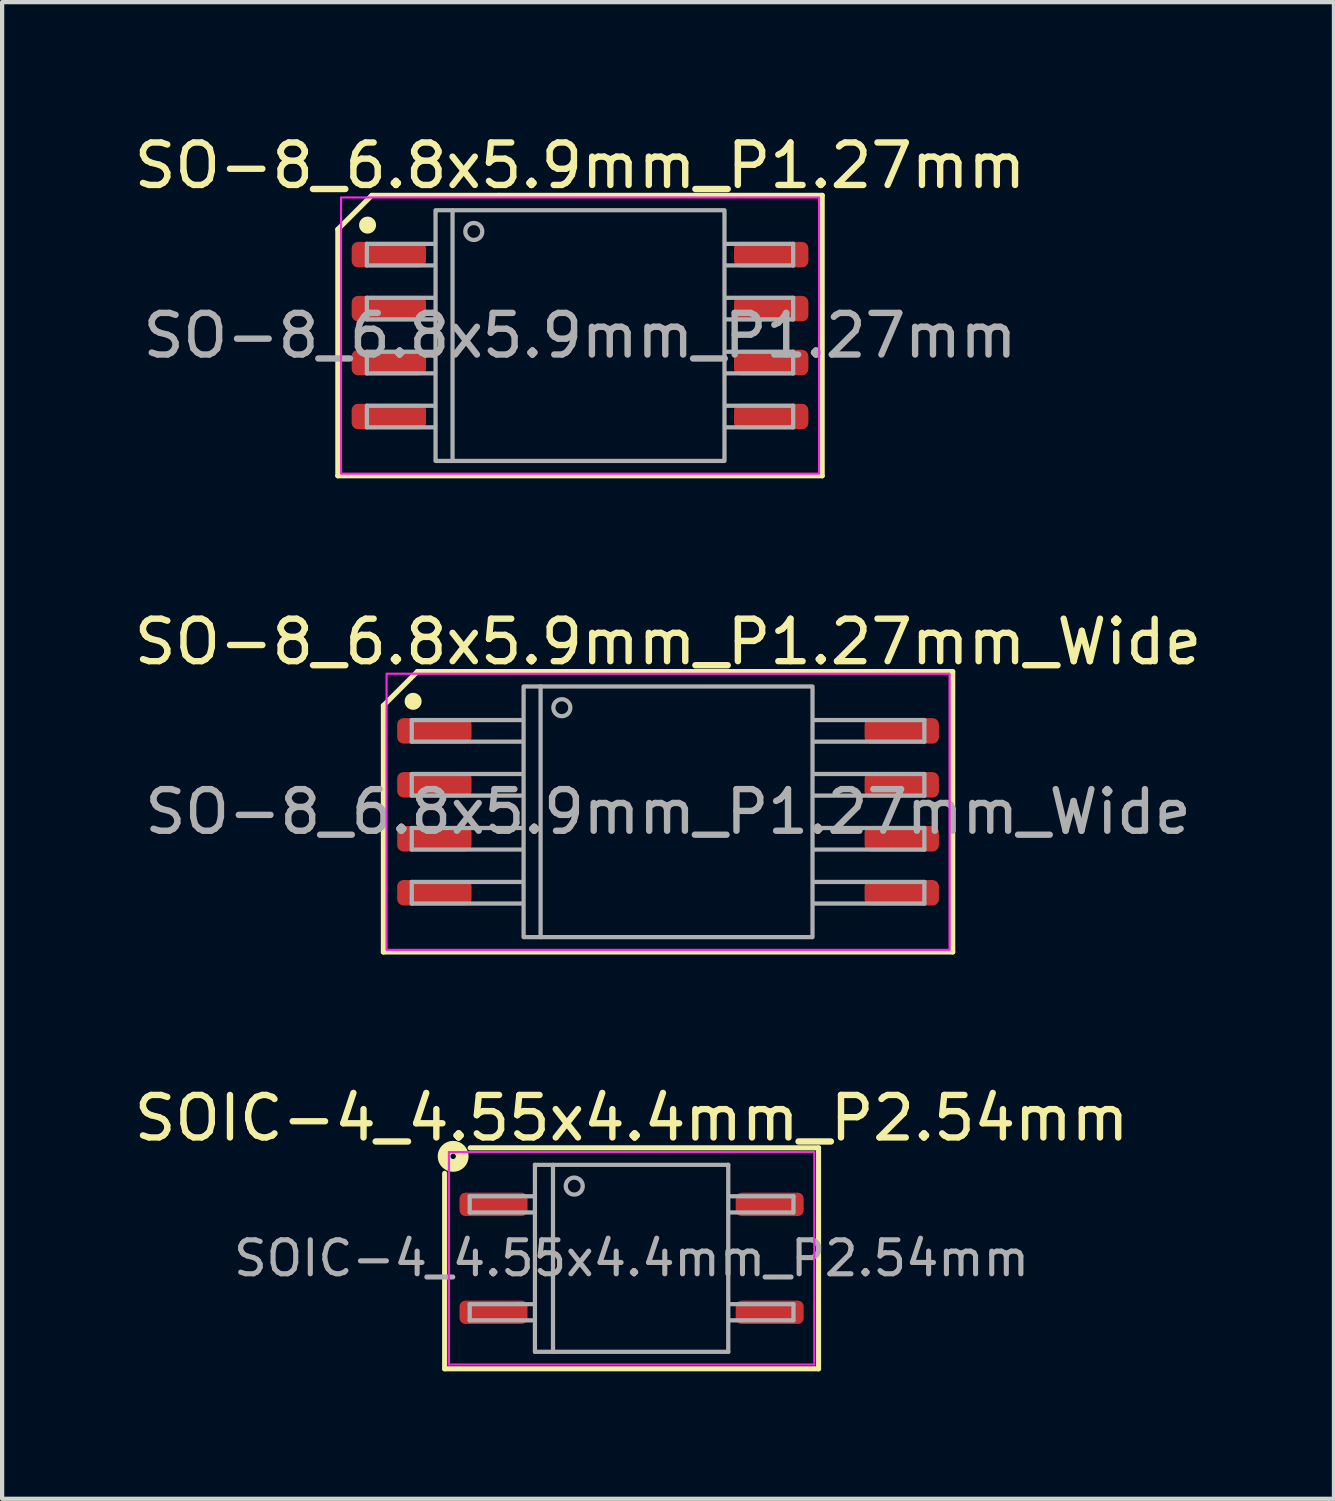
<source format=kicad_pcb>
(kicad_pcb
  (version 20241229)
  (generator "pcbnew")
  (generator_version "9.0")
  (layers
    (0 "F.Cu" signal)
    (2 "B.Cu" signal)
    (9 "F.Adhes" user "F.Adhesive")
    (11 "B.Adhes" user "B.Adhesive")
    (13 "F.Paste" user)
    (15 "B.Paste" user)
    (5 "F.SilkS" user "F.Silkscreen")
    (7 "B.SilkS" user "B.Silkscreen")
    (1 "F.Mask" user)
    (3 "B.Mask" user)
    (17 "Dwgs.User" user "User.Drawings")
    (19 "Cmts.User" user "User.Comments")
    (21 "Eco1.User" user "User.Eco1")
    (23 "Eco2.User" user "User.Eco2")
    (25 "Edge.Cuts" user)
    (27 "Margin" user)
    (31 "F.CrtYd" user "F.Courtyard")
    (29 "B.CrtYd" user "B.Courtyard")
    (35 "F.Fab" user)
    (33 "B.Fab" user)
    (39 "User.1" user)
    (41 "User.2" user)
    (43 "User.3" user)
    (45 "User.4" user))
  (footprint "SO-8_6.8x5.9mm_P1.27mm"
    (layer "F.Cu")
    (at 10.601 4.848)
    (property "Reference" "SO-8_6.8x5.9mm_P1.27mm" (at 0 -4 0) (layer "F.SilkS") (effects (font (size 1 1) (thickness 0.15))))
    (attr smd)
    (fp_line (start -5.7 -2.5) (end -4.9 -3.3) (stroke (width 0.12) (type solid)) (layer "F.SilkS"))
    (fp_line (start -5.7 3.3) (end -5.7 -2.5) (stroke (width 0.12) (type solid)) (layer "F.SilkS"))
    (fp_line (start -1.9 -3.3) (end -4.9 -3.3) (stroke (width 0.12) (type solid)) (layer "F.SilkS"))
    (fp_line (start -1.9 -3.3) (end 5.7 -3.3) (stroke (width 0.12) (type solid)) (layer "F.SilkS"))
    (fp_line (start 5.7 -3.3) (end 5.7 3.3) (stroke (width 0.12) (type solid)) (layer "F.SilkS"))
    (fp_line (start 5.7 3.3) (end -5.7 3.3) (stroke (width 0.12) (type solid)) (layer "F.SilkS"))
    (fp_circle (center -5 -2.6) (end -4.9 -2.6) (stroke (width 0.2) (type solid)) (fill yes) (layer "F.SilkS"))
    (fp_rect (start -5.625 -3.25) (end 5.625 3.25) (stroke (width 0.05) (type solid)) (fill no) (layer "F.CrtYd"))
    (fp_line (start -5.016 -2.159) (end -5.016 -1.651) (stroke (width 0.1) (type solid)) (layer "F.Fab"))
    (fp_line (start -5.016 -2.159) (end -3.429 -2.159) (stroke (width 0.1) (type solid)) (layer "F.Fab"))
    (fp_line (start -5.016 -1.651) (end -3.429 -1.651) (stroke (width 0.1) (type solid)) (layer "F.Fab"))
    (fp_line (start -5.016 -0.889) (end -5.016 -0.381) (stroke (width 0.1) (type solid)) (layer "F.Fab"))
    (fp_line (start -5.016 -0.889) (end -3.429 -0.889) (stroke (width 0.1) (type solid)) (layer "F.Fab"))
    (fp_line (start -5.016 -0.381) (end -3.429 -0.381) (stroke (width 0.1) (type solid)) (layer "F.Fab"))
    (fp_line (start -5.016 0.381) (end -5.016 0.889) (stroke (width 0.1) (type solid)) (layer "F.Fab"))
    (fp_line (start -5.016 0.381) (end -3.429 0.381) (stroke (width 0.1) (type solid)) (layer "F.Fab"))
    (fp_line (start -5.016 0.889) (end -3.429 0.889) (stroke (width 0.1) (type solid)) (layer "F.Fab"))
    (fp_line (start -5.016 1.651) (end -5.016 2.159) (stroke (width 0.1) (type solid)) (layer "F.Fab"))
    (fp_line (start -5.016 1.651) (end -3.429 1.651) (stroke (width 0.1) (type solid)) (layer "F.Fab"))
    (fp_line (start -5.016 2.159) (end -3.429 2.159) (stroke (width 0.1) (type solid)) (layer "F.Fab"))
    (fp_line (start -3 -2.95) (end -3 2.95) (stroke (width 0.1) (type solid)) (layer "F.Fab"))
    (fp_line (start 5.016 -2.159) (end 3.429 -2.159) (stroke (width 0.1) (type solid)) (layer "F.Fab"))
    (fp_line (start 5.016 -1.651) (end 3.429 -1.651) (stroke (width 0.1) (type solid)) (layer "F.Fab"))
    (fp_line (start 5.016 -1.651) (end 5.016 -2.159) (stroke (width 0.1) (type solid)) (layer "F.Fab"))
    (fp_line (start 5.016 -0.889) (end 3.429 -0.889) (stroke (width 0.1) (type solid)) (layer "F.Fab"))
    (fp_line (start 5.016 -0.381) (end 3.429 -0.381) (stroke (width 0.1) (type solid)) (layer "F.Fab"))
    (fp_line (start 5.016 -0.381) (end 5.016 -0.889) (stroke (width 0.1) (type solid)) (layer "F.Fab"))
    (fp_line (start 5.016 0.381) (end 3.429 0.381) (stroke (width 0.1) (type solid)) (layer "F.Fab"))
    (fp_line (start 5.016 0.889) (end 3.429 0.889) (stroke (width 0.1) (type solid)) (layer "F.Fab"))
    (fp_line (start 5.016 0.889) (end 5.016 0.381) (stroke (width 0.1) (type solid)) (layer "F.Fab"))
    (fp_line (start 5.016 1.651) (end 3.429 1.651) (stroke (width 0.1) (type solid)) (layer "F.Fab"))
    (fp_line (start 5.016 2.159) (end 3.429 2.159) (stroke (width 0.1) (type solid)) (layer "F.Fab"))
    (fp_line (start 5.016 2.159) (end 5.016 1.651) (stroke (width 0.1) (type solid)) (layer "F.Fab"))
    (fp_rect (start -3.4 -2.95) (end 3.4 2.95) (stroke (width 0.1) (type solid)) (fill no) (layer "F.Fab"))
    (fp_circle (center -2.5 -2.45) (end -2.3 -2.45) (stroke (width 0.1) (type solid)) (fill no) (layer "F.Fab"))
    (fp_text user "${REFERENCE}" (at 0 0 0) (layer "F.Fab") (effects (font (size 0.98 0.98) (thickness 0.15))))
    (pad "1" smd roundrect (at -4.5 -1.905) (size 1.75 0.6) (layers "F.Cu" "F.Mask" "F.Paste") (roundrect_rratio 0.25))
    (pad "2" smd roundrect (at -4.5 -0.635) (size 1.75 0.6) (layers "F.Cu" "F.Mask" "F.Paste") (roundrect_rratio 0.25))
    (pad "3" smd roundrect (at -4.5 0.635) (size 1.75 0.6) (layers "F.Cu" "F.Mask" "F.Paste") (roundrect_rratio 0.25))
    (pad "4" smd roundrect (at -4.5 1.905) (size 1.75 0.6) (layers "F.Cu" "F.Mask" "F.Paste") (roundrect_rratio 0.25))
    (pad "5" smd roundrect (at 4.5 1.905) (size 1.75 0.6) (layers "F.Cu" "F.Mask" "F.Paste") (roundrect_rratio 0.25))
    (pad "6" smd roundrect (at 4.5 0.635) (size 1.75 0.6) (layers "F.Cu" "F.Mask" "F.Paste") (roundrect_rratio 0.25))
    (pad "7" smd roundrect (at 4.5 -0.635) (size 1.75 0.6) (layers "F.Cu" "F.Mask" "F.Paste") (roundrect_rratio 0.25))
    (pad "8" smd roundrect (at 4.5 -1.905) (size 1.75 0.6) (layers "F.Cu" "F.Mask" "F.Paste") (roundrect_rratio 0.25)))
  (footprint "SO-8_6.8x5.9mm_P1.27mm_Wide"
    (layer "F.Cu")
    (at 12.673 16.056)
    (property "Reference" "SO-8_6.8x5.9mm_P1.27mm_Wide" (at 0 -4 0) (layer "F.SilkS") (effects (font (size 1 1) (thickness 0.15))))
    (attr smd)
    (fp_line (start -6.7 -2.5) (end -5.9 -3.3) (stroke (width 0.12) (type solid)) (layer "F.SilkS"))
    (fp_line (start -6.7 3.3) (end -6.7 -2.5) (stroke (width 0.12) (type solid)) (layer "F.SilkS"))
    (fp_line (start -1.9 -3.3) (end -5.9 -3.3) (stroke (width 0.12) (type solid)) (layer "F.SilkS"))
    (fp_line (start -1.9 -3.3) (end 6.7 -3.3) (stroke (width 0.12) (type solid)) (layer "F.SilkS"))
    (fp_line (start 6.7 -3.3) (end 6.7 3.3) (stroke (width 0.12) (type solid)) (layer "F.SilkS"))
    (fp_line (start 6.7 3.3) (end -6.7 3.3) (stroke (width 0.12) (type solid)) (layer "F.SilkS"))
    (fp_circle (center -6 -2.6) (end -5.9 -2.6) (stroke (width 0.2) (type solid)) (fill yes) (layer "F.SilkS"))
    (fp_rect (start -6.625 -3.25) (end 6.625 3.25) (stroke (width 0.05) (type solid)) (fill no) (layer "F.CrtYd"))
    (fp_line (start -6.032 -2.159) (end -6.032 -1.651) (stroke (width 0.1) (type solid)) (layer "F.Fab"))
    (fp_line (start -6.032 -2.159) (end -3.429 -2.159) (stroke (width 0.1) (type solid)) (layer "F.Fab"))
    (fp_line (start -6.032 -1.651) (end -3.429 -1.651) (stroke (width 0.1) (type solid)) (layer "F.Fab"))
    (fp_line (start -6.032 -0.889) (end -6.032 -0.381) (stroke (width 0.1) (type solid)) (layer "F.Fab"))
    (fp_line (start -6.032 -0.889) (end -3.429 -0.889) (stroke (width 0.1) (type solid)) (layer "F.Fab"))
    (fp_line (start -6.032 -0.381) (end -3.429 -0.381) (stroke (width 0.1) (type solid)) (layer "F.Fab"))
    (fp_line (start -6.032 0.381) (end -6.032 0.889) (stroke (width 0.1) (type solid)) (layer "F.Fab"))
    (fp_line (start -6.032 0.381) (end -3.429 0.381) (stroke (width 0.1) (type solid)) (layer "F.Fab"))
    (fp_line (start -6.032 0.889) (end -3.429 0.889) (stroke (width 0.1) (type solid)) (layer "F.Fab"))
    (fp_line (start -6.032 1.651) (end -6.032 2.159) (stroke (width 0.1) (type solid)) (layer "F.Fab"))
    (fp_line (start -6.032 1.651) (end -3.429 1.651) (stroke (width 0.1) (type solid)) (layer "F.Fab"))
    (fp_line (start -6.032 2.159) (end -3.429 2.159) (stroke (width 0.1) (type solid)) (layer "F.Fab"))
    (fp_line (start -3 -2.95) (end -3 2.95) (stroke (width 0.1) (type solid)) (layer "F.Fab"))
    (fp_line (start 6.032 -2.159) (end 3.429 -2.159) (stroke (width 0.1) (type solid)) (layer "F.Fab"))
    (fp_line (start 6.032 -1.651) (end 3.429 -1.651) (stroke (width 0.1) (type solid)) (layer "F.Fab"))
    (fp_line (start 6.032 -1.651) (end 6.032 -2.159) (stroke (width 0.1) (type solid)) (layer "F.Fab"))
    (fp_line (start 6.032 -0.889) (end 3.429 -0.889) (stroke (width 0.1) (type solid)) (layer "F.Fab"))
    (fp_line (start 6.032 -0.381) (end 3.429 -0.381) (stroke (width 0.1) (type solid)) (layer "F.Fab"))
    (fp_line (start 6.032 -0.381) (end 6.032 -0.889) (stroke (width 0.1) (type solid)) (layer "F.Fab"))
    (fp_line (start 6.032 0.381) (end 3.429 0.381) (stroke (width 0.1) (type solid)) (layer "F.Fab"))
    (fp_line (start 6.032 0.889) (end 3.429 0.889) (stroke (width 0.1) (type solid)) (layer "F.Fab"))
    (fp_line (start 6.032 0.889) (end 6.032 0.381) (stroke (width 0.1) (type solid)) (layer "F.Fab"))
    (fp_line (start 6.032 1.651) (end 3.429 1.651) (stroke (width 0.1) (type solid)) (layer "F.Fab"))
    (fp_line (start 6.032 2.159) (end 3.429 2.159) (stroke (width 0.1) (type solid)) (layer "F.Fab"))
    (fp_line (start 6.032 2.159) (end 6.032 1.651) (stroke (width 0.1) (type solid)) (layer "F.Fab"))
    (fp_rect (start -3.4 -2.95) (end 3.4 2.95) (stroke (width 0.1) (type solid)) (fill no) (layer "F.Fab"))
    (fp_circle (center -2.5 -2.45) (end -2.3 -2.45) (stroke (width 0.1) (type solid)) (fill no) (layer "F.Fab"))
    (fp_text user "${REFERENCE}" (at 0 0 0) (layer "F.Fab") (effects (font (size 0.98 0.98) (thickness 0.15))))
    (pad "1" smd roundrect (at -5.5 -1.905) (size 1.75 0.6) (layers "F.Cu" "F.Mask" "F.Paste") (roundrect_rratio 0.25))
    (pad "2" smd roundrect (at -5.5 -0.635) (size 1.75 0.6) (layers "F.Cu" "F.Mask" "F.Paste") (roundrect_rratio 0.25))
    (pad "3" smd roundrect (at -5.5 0.635) (size 1.75 0.6) (layers "F.Cu" "F.Mask" "F.Paste") (roundrect_rratio 0.25))
    (pad "4" smd roundrect (at -5.5 1.905) (size 1.75 0.6) (layers "F.Cu" "F.Mask" "F.Paste") (roundrect_rratio 0.25))
    (pad "5" smd roundrect (at 5.5 1.905) (size 1.75 0.6) (layers "F.Cu" "F.Mask" "F.Paste") (roundrect_rratio 0.25))
    (pad "6" smd roundrect (at 5.5 0.635) (size 1.75 0.6) (layers "F.Cu" "F.Mask" "F.Paste") (roundrect_rratio 0.25))
    (pad "7" smd roundrect (at 5.5 -0.635) (size 1.75 0.6) (layers "F.Cu" "F.Mask" "F.Paste") (roundrect_rratio 0.25))
    (pad "8" smd roundrect (at 5.5 -1.905) (size 1.75 0.6) (layers "F.Cu" "F.Mask" "F.Paste") (roundrect_rratio 0.25)))
  (footprint "SOIC-4_4.55x4.4mm_P2.54mm"
    (layer "F.Cu")
    (at 11.815 26.565)
    (property "Reference" "SOIC-4_4.55x4.4mm_P2.54mm" (at 0 -3.3 0) (layer "F.SilkS") (effects (font (size 1 1) (thickness 0.15))))
    (attr smd)
    (fp_line (start -4.4 -2) (end -4.4 2.6) (stroke (width 0.12) (type solid)) (layer "F.SilkS"))
    (fp_line (start -4.4 2.6) (end 4.4 2.6) (stroke (width 0.12) (type solid)) (layer "F.SilkS"))
    (fp_line (start 4.4 -2.6) (end -3.8 -2.6) (stroke (width 0.12) (type solid)) (layer "F.SilkS"))
    (fp_line (start 4.4 2.6) (end 4.4 -2.6) (stroke (width 0.12) (type solid)) (layer "F.SilkS"))
    (fp_circle (center -4.2 -2.4) (end -4.136 -2.4) (stroke (width 0.3) (type solid)) (fill no) (layer "F.SilkS"))
    (fp_line (start -4.3 -2.5) (end -4.3 2.5) (stroke (width 0.05) (type solid)) (layer "F.CrtYd"))
    (fp_line (start -4.3 2.5) (end 4.3 2.5) (stroke (width 0.05) (type solid)) (layer "F.CrtYd"))
    (fp_line (start 4.3 -2.5) (end -4.3 -2.5) (stroke (width 0.05) (type solid)) (layer "F.CrtYd"))
    (fp_line (start 4.3 2.5) (end 4.3 -2.5) (stroke (width 0.05) (type solid)) (layer "F.CrtYd"))
    (fp_line (start -3.81 -1.46) (end -3.81 -1.079) (stroke (width 0.1) (type solid)) (layer "F.Fab"))
    (fp_line (start -3.81 -1.46) (end -2.286 -1.46) (stroke (width 0.1) (type solid)) (layer "F.Fab"))
    (fp_line (start -3.81 -1.079) (end -2.286 -1.079) (stroke (width 0.1) (type solid)) (layer "F.Fab"))
    (fp_line (start -3.81 1.079) (end -3.81 1.46) (stroke (width 0.1) (type solid)) (layer "F.Fab"))
    (fp_line (start -3.81 1.079) (end -2.286 1.079) (stroke (width 0.1) (type solid)) (layer "F.Fab"))
    (fp_line (start -3.81 1.46) (end -2.286 1.46) (stroke (width 0.1) (type solid)) (layer "F.Fab"))
    (fp_line (start -2.275 -2.2) (end 2.275 -2.2) (stroke (width 0.1) (type solid)) (layer "F.Fab"))
    (fp_line (start -2.275 2.2) (end -2.275 -2.2) (stroke (width 0.1) (type solid)) (layer "F.Fab"))
    (fp_line (start -1.85 -2.2) (end -1.85 2.2) (stroke (width 0.1) (type solid)) (layer "F.Fab"))
    (fp_line (start 2.275 -2.2) (end 2.275 2.2) (stroke (width 0.1) (type solid)) (layer "F.Fab"))
    (fp_line (start 2.275 2.2) (end -2.275 2.2) (stroke (width 0.1) (type solid)) (layer "F.Fab"))
    (fp_line (start 3.81 -1.46) (end 2.286 -1.46) (stroke (width 0.1) (type solid)) (layer "F.Fab"))
    (fp_line (start 3.81 -1.079) (end 2.286 -1.079) (stroke (width 0.1) (type solid)) (layer "F.Fab"))
    (fp_line (start 3.81 -1.079) (end 3.81 -1.46) (stroke (width 0.1) (type solid)) (layer "F.Fab"))
    (fp_line (start 3.81 1.079) (end 2.286 1.079) (stroke (width 0.1) (type solid)) (layer "F.Fab"))
    (fp_line (start 3.81 1.46) (end 2.286 1.46) (stroke (width 0.1) (type solid)) (layer "F.Fab"))
    (fp_line (start 3.81 1.46) (end 3.81 1.079) (stroke (width 0.1) (type solid)) (layer "F.Fab"))
    (fp_circle (center -1.35 -1.7) (end -1.15 -1.7) (stroke (width 0.1) (type solid)) (fill no) (layer "F.Fab"))
    (fp_text user "${REFERENCE}" (at 0 0 0) (layer "F.Fab") (effects (font (size 0.8 0.8) (thickness 0.12))))
    (pad "1" smd roundrect (at -3.25 -1.27) (size 1.6 0.55) (layers "F.Cu" "F.Mask" "F.Paste") (roundrect_rratio 0.25))
    (pad "3" smd roundrect (at -3.25 1.27) (size 1.6 0.55) (layers "F.Cu" "F.Mask" "F.Paste") (roundrect_rratio 0.25))
    (pad "4" smd roundrect (at 3.25 1.27) (size 1.6 0.55) (layers "F.Cu" "F.Mask" "F.Paste") (roundrect_rratio 0.25))
    (pad "6" smd roundrect (at 3.25 -1.27) (size 1.6 0.55) (layers "F.Cu" "F.Mask" "F.Paste") (roundrect_rratio 0.25)))
  (gr_rect
    (start -3 -3)
    (end 28.345 32.225)
    (stroke (width 0.1) (type default))
    (fill no)
    (layer "Edge.Cuts")))
</source>
